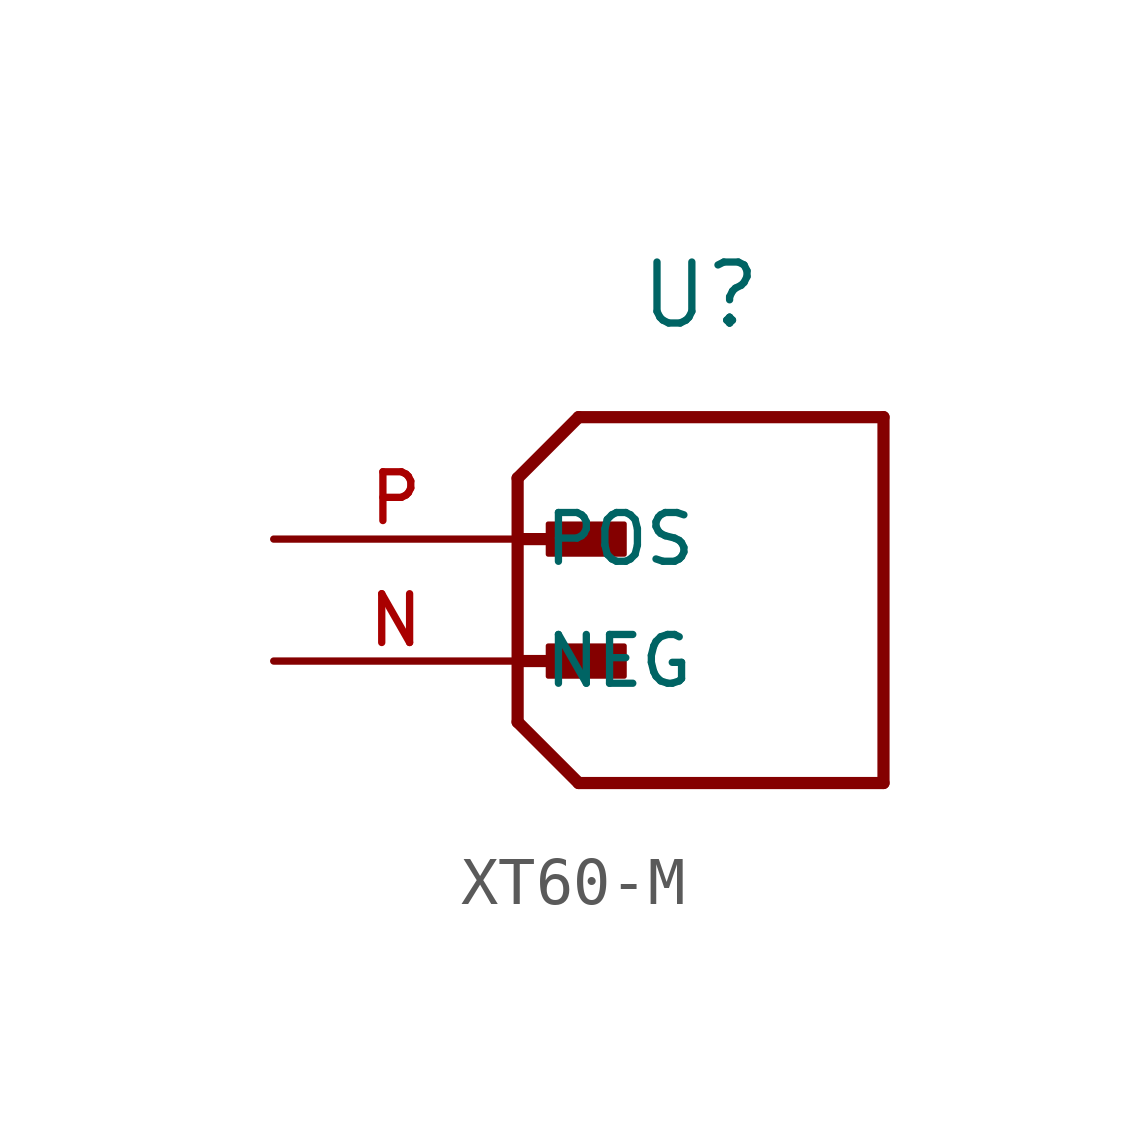
<source format=kicad_sym>
(kicad_symbol_lib
  (version 20241209)
  (generator "kicad_symbol_editor")
  (generator_version "9.0")
  (symbol "XT60-M"
    (property "Reference" "U"
      (at 0 0 0)
      (effects (font (size 1.27 1.27))))
    (property "Value" ""
      (at 0 0 0)
      (effects (font (size 1.27 1.27))))
    (symbol "XT60-M_0_0"
      (polyline (pts (xy -3.81 -3.81) (xy -3.81 -5.08)) (stroke (width 0.254) (type default)) (fill (type none)))
      (polyline (pts (xy -3.81 -3.81) (xy -2.54 -2.54)) (stroke (width 0.254) (type default)) (fill (type none)))
      (polyline (pts (xy -3.81 -5.08) (xy -3.81 -8.89)) (stroke (width 0.254) (type default)) (fill (type none)))
      (polyline (pts (xy -3.81 -5.08) (xy -1.905 -5.08)) (stroke (width 0.254) (type default)) (fill (type none)))
      (polyline (pts (xy -3.81 -7.62) (xy -1.905 -7.62)) (stroke (width 0.254) (type default)) (fill (type none)))
      (polyline (pts (xy -3.81 -8.89) (xy -2.54 -10.16)) (stroke (width 0.254) (type default)) (fill (type none)))
      (rectangle (start -3.175 -5.397) (end -1.587 -4.763) (stroke (width 0.1) (type default)) (fill (type outline)))
      (rectangle (start -3.175 -7.938) (end -1.587 -7.303) (stroke (width 0.1) (type default)) (fill (type outline)))
      (polyline (pts (xy -2.54 -10.16) (xy 3.81 -10.16)) (stroke (width 0.254) (type default)) (fill (type none)))
      (polyline (pts (xy 3.81 -2.54) (xy -2.54 -2.54)) (stroke (width 0.254) (type default)) (fill (type none)))
      (polyline (pts (xy 3.81 -10.16) (xy 3.81 -2.54)) (stroke (width 0.254) (type default)) (fill (type none)))
      (pin passive line (at -8.89 -5.08 0) (length 5.08) (name "POS" (effects (font (size 1.016 1.016)))) (number "P" (effects (font (size 1.016 1.016)))))
      (pin passive line (at -8.89 -7.62 0) (length 5.08) (name "NEG" (effects (font (size 1.016 1.016)))) (number "N" (effects (font (size 1.016 1.016))))))))
</source>
